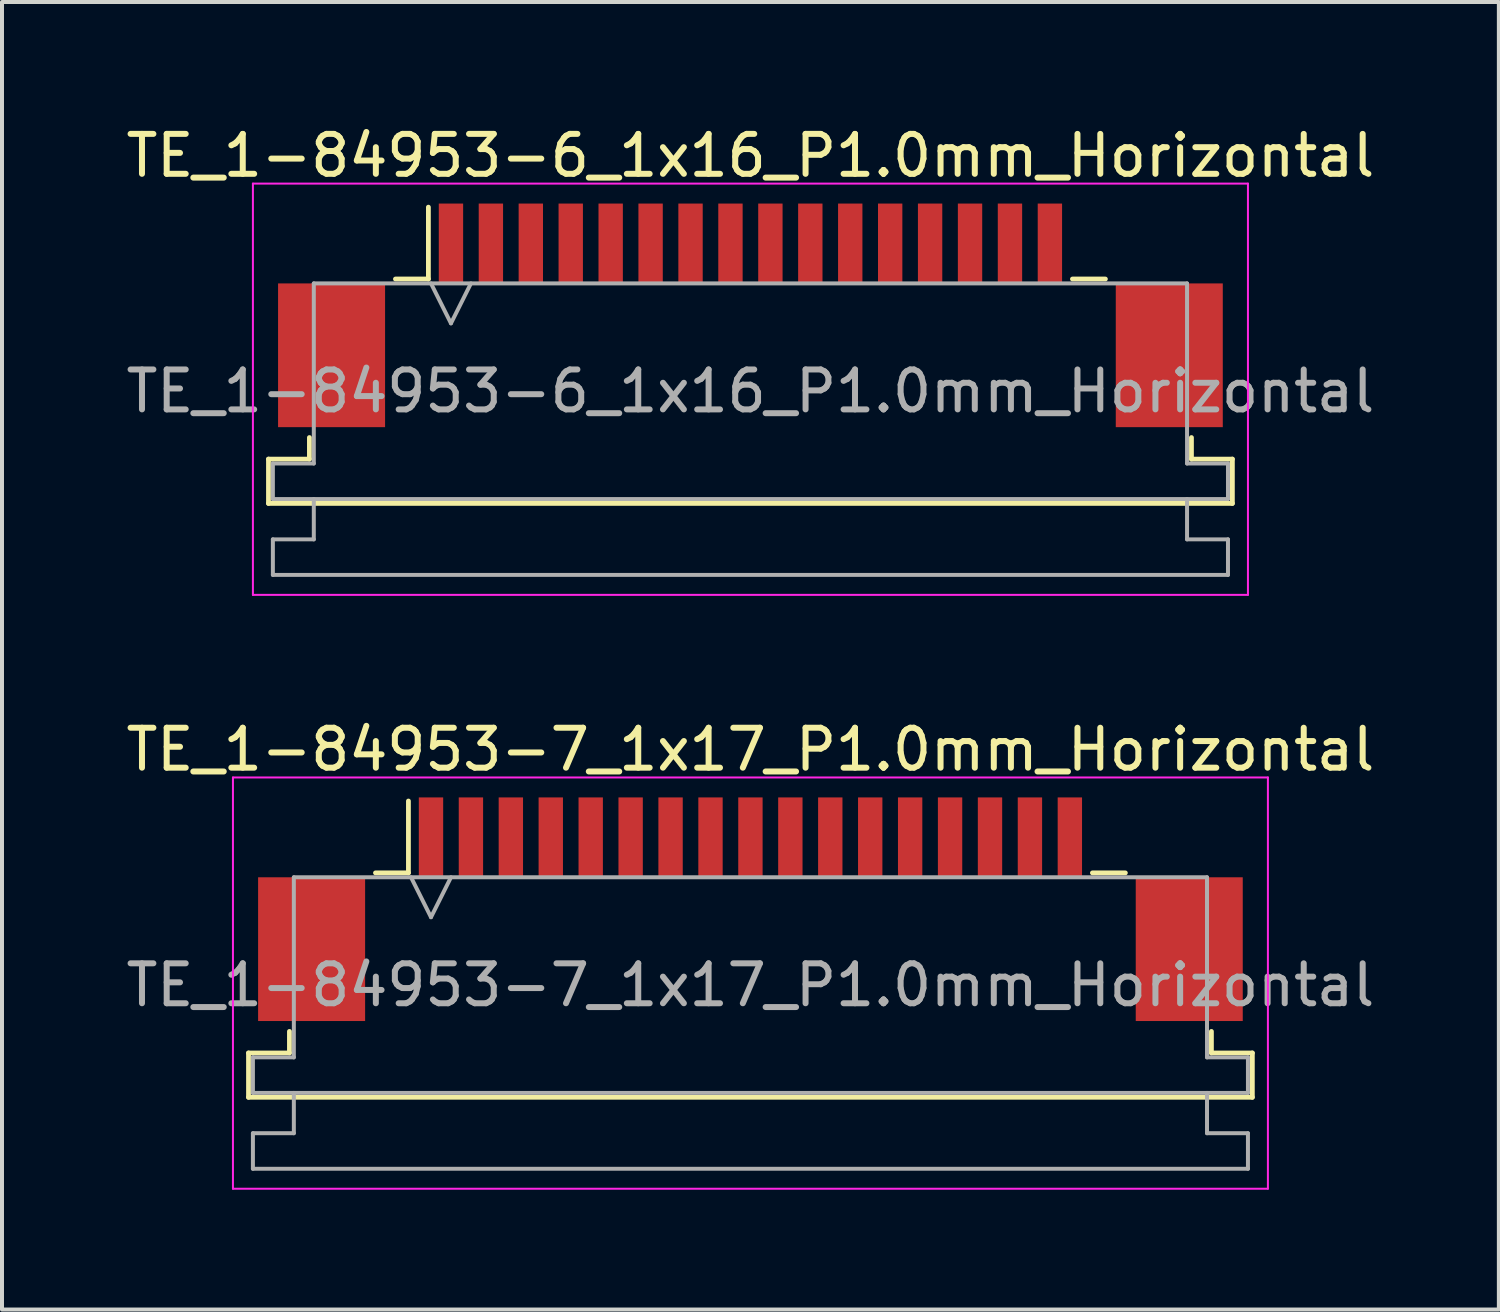
<source format=kicad_pcb>
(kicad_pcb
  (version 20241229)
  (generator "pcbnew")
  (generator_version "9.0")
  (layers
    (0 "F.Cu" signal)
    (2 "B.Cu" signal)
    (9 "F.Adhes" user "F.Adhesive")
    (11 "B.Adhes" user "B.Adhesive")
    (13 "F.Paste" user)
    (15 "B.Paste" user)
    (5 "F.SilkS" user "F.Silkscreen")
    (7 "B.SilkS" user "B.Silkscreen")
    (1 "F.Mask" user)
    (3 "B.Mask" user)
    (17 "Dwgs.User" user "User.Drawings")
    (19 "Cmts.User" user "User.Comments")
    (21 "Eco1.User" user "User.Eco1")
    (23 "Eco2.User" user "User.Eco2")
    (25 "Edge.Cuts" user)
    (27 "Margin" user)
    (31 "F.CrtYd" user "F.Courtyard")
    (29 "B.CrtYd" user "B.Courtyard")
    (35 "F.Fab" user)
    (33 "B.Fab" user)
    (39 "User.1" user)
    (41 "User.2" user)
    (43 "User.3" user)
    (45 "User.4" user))
  (footprint "TE_1-84953-7_1x17_P1.0mm_Horizontal"
    (layer "F.Cu")
    (at 15.744 19.721)
    (property "Reference" "TE_1-84953-7_1x17_P1.0mm_Horizontal" (at 0 -4 0) (layer "F.SilkS") (effects (font (size 1 1) (thickness 0.15))))
    (attr smd)
    (fp_line (start -12.57 3.6) (end -11.545 3.6) (stroke (width 0.12) (type solid)) (layer "F.SilkS"))
    (fp_line (start -12.57 4.71) (end -12.57 3.6) (stroke (width 0.12) (type solid)) (layer "F.SilkS"))
    (fp_line (start -11.545 3.6) (end -11.545 3.06) (stroke (width 0.12) (type solid)) (layer "F.SilkS"))
    (fp_line (start -9.39 -0.91) (end -8.565 -0.91) (stroke (width 0.12) (type solid)) (layer "F.SilkS"))
    (fp_line (start -8.565 -0.91) (end -8.565 -2.71) (stroke (width 0.12) (type solid)) (layer "F.SilkS"))
    (fp_line (start 8.565 -0.91) (end 9.39 -0.91) (stroke (width 0.12) (type solid)) (layer "F.SilkS"))
    (fp_line (start 11.545 3.06) (end 11.545 3.6) (stroke (width 0.12) (type solid)) (layer "F.SilkS"))
    (fp_line (start 11.545 3.6) (end 12.57 3.6) (stroke (width 0.12) (type solid)) (layer "F.SilkS"))
    (fp_line (start 12.57 3.6) (end 12.57 4.71) (stroke (width 0.12) (type solid)) (layer "F.SilkS"))
    (fp_line (start 12.57 4.71) (end -12.57 4.71) (stroke (width 0.12) (type solid)) (layer "F.SilkS"))
    (fp_line (start -12.96 -3.3) (end -12.96 7) (stroke (width 0.05) (type solid)) (layer "F.CrtYd"))
    (fp_line (start -12.96 7) (end 12.96 7) (stroke (width 0.05) (type solid)) (layer "F.CrtYd"))
    (fp_line (start 12.96 -3.3) (end -12.96 -3.3) (stroke (width 0.05) (type solid)) (layer "F.CrtYd"))
    (fp_line (start 12.96 7) (end 12.96 -3.3) (stroke (width 0.05) (type solid)) (layer "F.CrtYd"))
    (fp_line (start -12.46 3.71) (end -11.435 3.71) (stroke (width 0.1) (type solid)) (layer "F.Fab"))
    (fp_line (start -12.46 4.6) (end -12.46 3.71) (stroke (width 0.1) (type solid)) (layer "F.Fab"))
    (fp_line (start -12.46 5.61) (end -11.435 5.61) (stroke (width 0.1) (type solid)) (layer "F.Fab"))
    (fp_line (start -12.46 6.5) (end -12.46 5.61) (stroke (width 0.1) (type solid)) (layer "F.Fab"))
    (fp_line (start -11.435 -0.8) (end 11.435 -0.8) (stroke (width 0.1) (type solid)) (layer "F.Fab"))
    (fp_line (start -11.435 3.71) (end -11.435 -0.8) (stroke (width 0.1) (type solid)) (layer "F.Fab"))
    (fp_line (start -11.435 5.61) (end -11.435 4.6) (stroke (width 0.1) (type solid)) (layer "F.Fab"))
    (fp_line (start -8.5 -0.8) (end -8 0.2) (stroke (width 0.1) (type solid)) (layer "F.Fab"))
    (fp_line (start -8 0.2) (end -7.5 -0.8) (stroke (width 0.1) (type solid)) (layer "F.Fab"))
    (fp_line (start 11.435 -0.8) (end 11.435 3.71) (stroke (width 0.1) (type solid)) (layer "F.Fab"))
    (fp_line (start 11.435 3.71) (end 12.46 3.71) (stroke (width 0.1) (type solid)) (layer "F.Fab"))
    (fp_line (start 11.435 4.6) (end 11.435 5.61) (stroke (width 0.1) (type solid)) (layer "F.Fab"))
    (fp_line (start 11.435 5.61) (end 12.46 5.61) (stroke (width 0.1) (type solid)) (layer "F.Fab"))
    (fp_line (start 12.46 3.71) (end 12.46 4.6) (stroke (width 0.1) (type solid)) (layer "F.Fab"))
    (fp_line (start 12.46 4.6) (end -12.46 4.6) (stroke (width 0.1) (type solid)) (layer "F.Fab"))
    (fp_line (start 12.46 5.61) (end 12.46 6.5) (stroke (width 0.1) (type solid)) (layer "F.Fab"))
    (fp_line (start 12.46 6.5) (end -12.46 6.5) (stroke (width 0.1) (type solid)) (layer "F.Fab"))
    (fp_text user "${REFERENCE}" (at 0 1.9 0) (layer "F.Fab") (effects (font (size 1 1) (thickness 0.15))))
    (pad "" smd rect (at -10.99 1) (size 2.68 3.6) (layers "F.Cu" "F.Mask" "F.Paste"))
    (pad "" smd rect (at 10.99 1) (size 2.68 3.6) (layers "F.Cu" "F.Mask" "F.Paste"))
    (pad "1" smd rect (at -8 -1.8) (size 0.61 2) (layers "F.Cu" "F.Mask" "F.Paste"))
    (pad "2" smd rect (at -7 -1.8) (size 0.61 2) (layers "F.Cu" "F.Mask" "F.Paste"))
    (pad "3" smd rect (at -6 -1.8) (size 0.61 2) (layers "F.Cu" "F.Mask" "F.Paste"))
    (pad "4" smd rect (at -5 -1.8) (size 0.61 2) (layers "F.Cu" "F.Mask" "F.Paste"))
    (pad "5" smd rect (at -4 -1.8) (size 0.61 2) (layers "F.Cu" "F.Mask" "F.Paste"))
    (pad "6" smd rect (at -3 -1.8) (size 0.61 2) (layers "F.Cu" "F.Mask" "F.Paste"))
    (pad "7" smd rect (at -2 -1.8) (size 0.61 2) (layers "F.Cu" "F.Mask" "F.Paste"))
    (pad "8" smd rect (at -1 -1.8) (size 0.61 2) (layers "F.Cu" "F.Mask" "F.Paste"))
    (pad "9" smd rect (at 0 -1.8) (size 0.61 2) (layers "F.Cu" "F.Mask" "F.Paste"))
    (pad "10" smd rect (at 1 -1.8) (size 0.61 2) (layers "F.Cu" "F.Mask" "F.Paste"))
    (pad "11" smd rect (at 2 -1.8) (size 0.61 2) (layers "F.Cu" "F.Mask" "F.Paste"))
    (pad "12" smd rect (at 3 -1.8) (size 0.61 2) (layers "F.Cu" "F.Mask" "F.Paste"))
    (pad "13" smd rect (at 4 -1.8) (size 0.61 2) (layers "F.Cu" "F.Mask" "F.Paste"))
    (pad "14" smd rect (at 5 -1.8) (size 0.61 2) (layers "F.Cu" "F.Mask" "F.Paste"))
    (pad "15" smd rect (at 6 -1.8) (size 0.61 2) (layers "F.Cu" "F.Mask" "F.Paste"))
    (pad "16" smd rect (at 7 -1.8) (size 0.61 2) (layers "F.Cu" "F.Mask" "F.Paste"))
    (pad "17" smd rect (at 8 -1.8) (size 0.61 2) (layers "F.Cu" "F.Mask" "F.Paste")))
  (footprint "TE_1-84953-6_1x16_P1.0mm_Horizontal"
    (layer "F.Cu")
    (at 15.744 4.848)
    (property "Reference" "TE_1-84953-6_1x16_P1.0mm_Horizontal" (at 0 -4 0) (layer "F.SilkS") (effects (font (size 1 1) (thickness 0.15))))
    (attr smd)
    (fp_line (start -12.07 3.6) (end -11.045 3.6) (stroke (width 0.12) (type solid)) (layer "F.SilkS"))
    (fp_line (start -12.07 4.71) (end -12.07 3.6) (stroke (width 0.12) (type solid)) (layer "F.SilkS"))
    (fp_line (start -11.045 3.6) (end -11.045 3.06) (stroke (width 0.12) (type solid)) (layer "F.SilkS"))
    (fp_line (start -8.89 -0.91) (end -8.065 -0.91) (stroke (width 0.12) (type solid)) (layer "F.SilkS"))
    (fp_line (start -8.065 -0.91) (end -8.065 -2.71) (stroke (width 0.12) (type solid)) (layer "F.SilkS"))
    (fp_line (start 8.065 -0.91) (end 8.89 -0.91) (stroke (width 0.12) (type solid)) (layer "F.SilkS"))
    (fp_line (start 11.045 3.06) (end 11.045 3.6) (stroke (width 0.12) (type solid)) (layer "F.SilkS"))
    (fp_line (start 11.045 3.6) (end 12.07 3.6) (stroke (width 0.12) (type solid)) (layer "F.SilkS"))
    (fp_line (start 12.07 3.6) (end 12.07 4.71) (stroke (width 0.12) (type solid)) (layer "F.SilkS"))
    (fp_line (start 12.07 4.71) (end -12.07 4.71) (stroke (width 0.12) (type solid)) (layer "F.SilkS"))
    (fp_line (start -12.46 -3.3) (end -12.46 7) (stroke (width 0.05) (type solid)) (layer "F.CrtYd"))
    (fp_line (start -12.46 7) (end 12.46 7) (stroke (width 0.05) (type solid)) (layer "F.CrtYd"))
    (fp_line (start 12.46 -3.3) (end -12.46 -3.3) (stroke (width 0.05) (type solid)) (layer "F.CrtYd"))
    (fp_line (start 12.46 7) (end 12.46 -3.3) (stroke (width 0.05) (type solid)) (layer "F.CrtYd"))
    (fp_line (start -11.96 3.71) (end -10.935 3.71) (stroke (width 0.1) (type solid)) (layer "F.Fab"))
    (fp_line (start -11.96 4.6) (end -11.96 3.71) (stroke (width 0.1) (type solid)) (layer "F.Fab"))
    (fp_line (start -11.96 5.61) (end -10.935 5.61) (stroke (width 0.1) (type solid)) (layer "F.Fab"))
    (fp_line (start -11.96 6.5) (end -11.96 5.61) (stroke (width 0.1) (type solid)) (layer "F.Fab"))
    (fp_line (start -10.935 -0.8) (end 10.935 -0.8) (stroke (width 0.1) (type solid)) (layer "F.Fab"))
    (fp_line (start -10.935 3.71) (end -10.935 -0.8) (stroke (width 0.1) (type solid)) (layer "F.Fab"))
    (fp_line (start -10.935 5.61) (end -10.935 4.6) (stroke (width 0.1) (type solid)) (layer "F.Fab"))
    (fp_line (start -8 -0.8) (end -7.5 0.2) (stroke (width 0.1) (type solid)) (layer "F.Fab"))
    (fp_line (start -7.5 0.2) (end -7 -0.8) (stroke (width 0.1) (type solid)) (layer "F.Fab"))
    (fp_line (start 10.935 -0.8) (end 10.935 3.71) (stroke (width 0.1) (type solid)) (layer "F.Fab"))
    (fp_line (start 10.935 3.71) (end 11.96 3.71) (stroke (width 0.1) (type solid)) (layer "F.Fab"))
    (fp_line (start 10.935 4.6) (end 10.935 5.61) (stroke (width 0.1) (type solid)) (layer "F.Fab"))
    (fp_line (start 10.935 5.61) (end 11.96 5.61) (stroke (width 0.1) (type solid)) (layer "F.Fab"))
    (fp_line (start 11.96 3.71) (end 11.96 4.6) (stroke (width 0.1) (type solid)) (layer "F.Fab"))
    (fp_line (start 11.96 4.6) (end -11.96 4.6) (stroke (width 0.1) (type solid)) (layer "F.Fab"))
    (fp_line (start 11.96 5.61) (end 11.96 6.5) (stroke (width 0.1) (type solid)) (layer "F.Fab"))
    (fp_line (start 11.96 6.5) (end -11.96 6.5) (stroke (width 0.1) (type solid)) (layer "F.Fab"))
    (fp_text user "${REFERENCE}" (at 0 1.9 0) (layer "F.Fab") (effects (font (size 1 1) (thickness 0.15))))
    (pad "" smd rect (at -10.49 1) (size 2.68 3.6) (layers "F.Cu" "F.Mask" "F.Paste"))
    (pad "" smd rect (at 10.49 1) (size 2.68 3.6) (layers "F.Cu" "F.Mask" "F.Paste"))
    (pad "1" smd rect (at -7.5 -1.8) (size 0.61 2) (layers "F.Cu" "F.Mask" "F.Paste"))
    (pad "2" smd rect (at -6.5 -1.8) (size 0.61 2) (layers "F.Cu" "F.Mask" "F.Paste"))
    (pad "3" smd rect (at -5.5 -1.8) (size 0.61 2) (layers "F.Cu" "F.Mask" "F.Paste"))
    (pad "4" smd rect (at -4.5 -1.8) (size 0.61 2) (layers "F.Cu" "F.Mask" "F.Paste"))
    (pad "5" smd rect (at -3.5 -1.8) (size 0.61 2) (layers "F.Cu" "F.Mask" "F.Paste"))
    (pad "6" smd rect (at -2.5 -1.8) (size 0.61 2) (layers "F.Cu" "F.Mask" "F.Paste"))
    (pad "7" smd rect (at -1.5 -1.8) (size 0.61 2) (layers "F.Cu" "F.Mask" "F.Paste"))
    (pad "8" smd rect (at -0.5 -1.8) (size 0.61 2) (layers "F.Cu" "F.Mask" "F.Paste"))
    (pad "9" smd rect (at 0.5 -1.8) (size 0.61 2) (layers "F.Cu" "F.Mask" "F.Paste"))
    (pad "10" smd rect (at 1.5 -1.8) (size 0.61 2) (layers "F.Cu" "F.Mask" "F.Paste"))
    (pad "11" smd rect (at 2.5 -1.8) (size 0.61 2) (layers "F.Cu" "F.Mask" "F.Paste"))
    (pad "12" smd rect (at 3.5 -1.8) (size 0.61 2) (layers "F.Cu" "F.Mask" "F.Paste"))
    (pad "13" smd rect (at 4.5 -1.8) (size 0.61 2) (layers "F.Cu" "F.Mask" "F.Paste"))
    (pad "14" smd rect (at 5.5 -1.8) (size 0.61 2) (layers "F.Cu" "F.Mask" "F.Paste"))
    (pad "15" smd rect (at 6.5 -1.8) (size 0.61 2) (layers "F.Cu" "F.Mask" "F.Paste"))
    (pad "16" smd rect (at 7.5 -1.8) (size 0.61 2) (layers "F.Cu" "F.Mask" "F.Paste")))
  (gr_rect
    (start -3 -3)
    (end 34.488 29.747)
    (stroke (width 0.1) (type default))
    (fill no)
    (layer "Edge.Cuts")))
</source>
